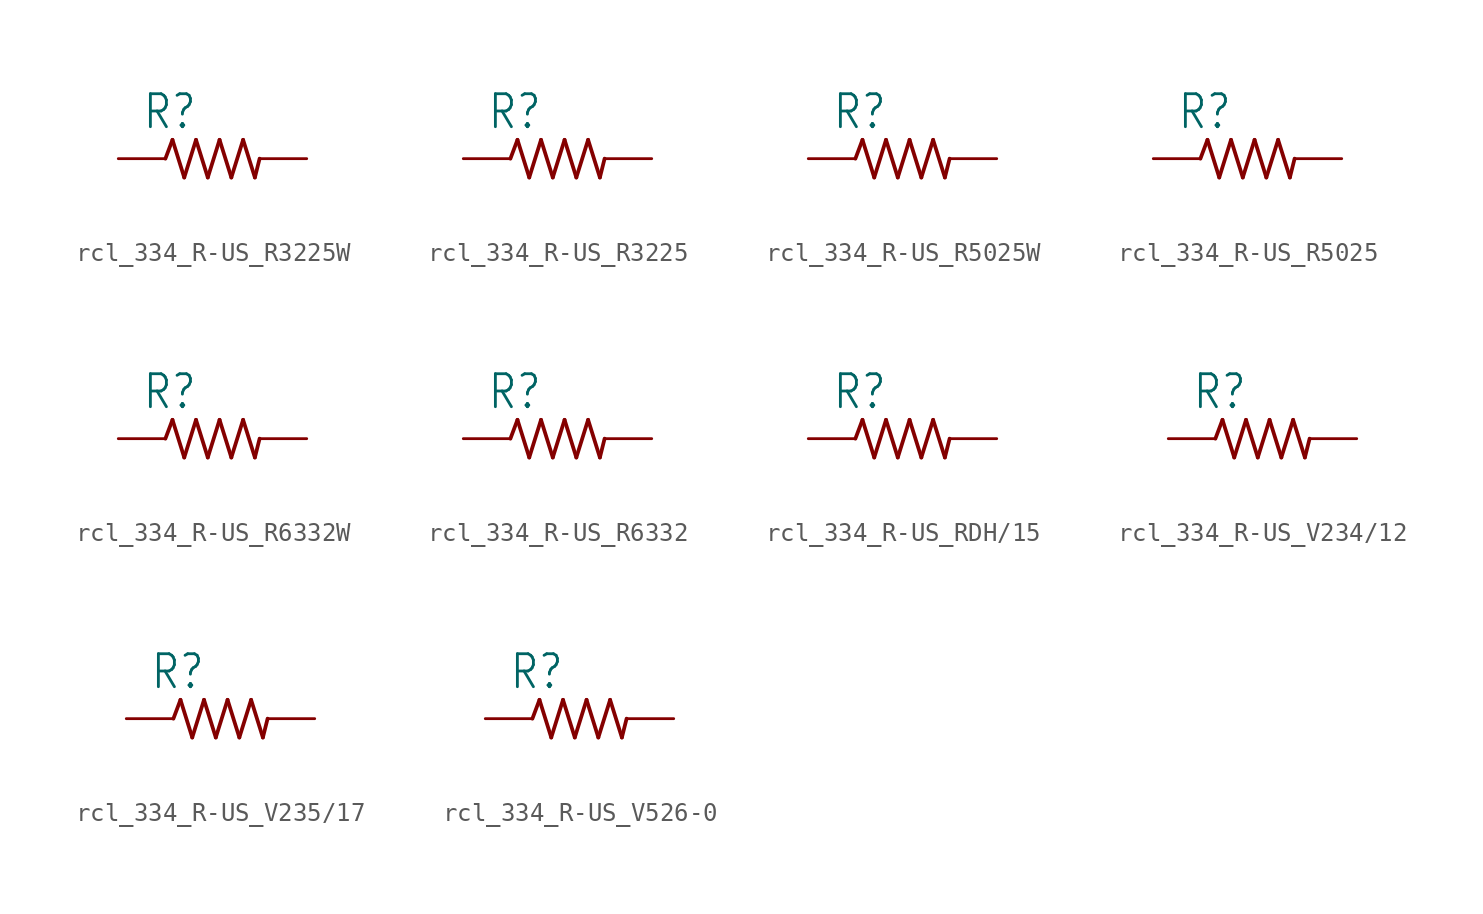
<source format=kicad_sym>
(kicad_symbol_lib
  (version 20241209)
  (generator "kicad_symbol_editor")
  (generator_version "9.0")
  (symbol "rcl_334_R-US_R3225W"
    (property "Reference" "R"
      (at -3.81 1.499 0)
      (effects (font (size 1.778 1.511)) (justify left bottom)))
    (property "Value" ""
      (at -3.81 -3.302 0)
      (effects (font (size 1.778 1.511)) (justify left bottom)))
    (property "ki_locked" ""
      (at 0 0 0)
      (effects (font (size 1.27 1.27))))
    (symbol "rcl_334_R-US_R3225W_1_0"
      (polyline (pts (xy -2.54 0) (xy -2.159 1.016)) (stroke (width 0.203) (type solid)) (fill (type none)))
      (polyline (pts (xy -2.159 1.016) (xy -1.524 -1.016)) (stroke (width 0.203) (type solid)) (fill (type none)))
      (polyline (pts (xy -1.524 -1.016) (xy -0.889 1.016)) (stroke (width 0.203) (type solid)) (fill (type none)))
      (polyline (pts (xy -0.889 1.016) (xy -0.254 -1.016)) (stroke (width 0.203) (type solid)) (fill (type none)))
      (polyline (pts (xy -0.254 -1.016) (xy 0.381 1.016)) (stroke (width 0.203) (type solid)) (fill (type none)))
      (polyline (pts (xy 0.381 1.016) (xy 1.016 -1.016)) (stroke (width 0.203) (type solid)) (fill (type none)))
      (polyline (pts (xy 1.016 -1.016) (xy 1.651 1.016)) (stroke (width 0.203) (type solid)) (fill (type none)))
      (polyline (pts (xy 1.651 1.016) (xy 2.286 -1.016)) (stroke (width 0.203) (type solid)) (fill (type none)))
      (polyline (pts (xy 2.286 -1.016) (xy 2.54 0)) (stroke (width 0.203) (type solid)) (fill (type none)))
      (pin passive line (at -5.08 0 0) (length 2.54) (name "1" (effects (font (size 0 0)))) (number "1" (effects (font (size 0 0)))))
      (pin passive line (at 5.08 0 180) (length 2.54) (name "2" (effects (font (size 0 0)))) (number "2" (effects (font (size 0 0)))))))
  (symbol "rcl_334_R-US_R3225"
    (property "Reference" "R"
      (at -3.81 1.499 0)
      (effects (font (size 1.778 1.511)) (justify left bottom)))
    (property "Value" ""
      (at -3.81 -3.302 0)
      (effects (font (size 1.778 1.511)) (justify left bottom)))
    (property "ki_locked" ""
      (at 0 0 0)
      (effects (font (size 1.27 1.27))))
    (symbol "rcl_334_R-US_R3225_1_0"
      (polyline (pts (xy -2.54 0) (xy -2.159 1.016)) (stroke (width 0.203) (type solid)) (fill (type none)))
      (polyline (pts (xy -2.159 1.016) (xy -1.524 -1.016)) (stroke (width 0.203) (type solid)) (fill (type none)))
      (polyline (pts (xy -1.524 -1.016) (xy -0.889 1.016)) (stroke (width 0.203) (type solid)) (fill (type none)))
      (polyline (pts (xy -0.889 1.016) (xy -0.254 -1.016)) (stroke (width 0.203) (type solid)) (fill (type none)))
      (polyline (pts (xy -0.254 -1.016) (xy 0.381 1.016)) (stroke (width 0.203) (type solid)) (fill (type none)))
      (polyline (pts (xy 0.381 1.016) (xy 1.016 -1.016)) (stroke (width 0.203) (type solid)) (fill (type none)))
      (polyline (pts (xy 1.016 -1.016) (xy 1.651 1.016)) (stroke (width 0.203) (type solid)) (fill (type none)))
      (polyline (pts (xy 1.651 1.016) (xy 2.286 -1.016)) (stroke (width 0.203) (type solid)) (fill (type none)))
      (polyline (pts (xy 2.286 -1.016) (xy 2.54 0)) (stroke (width 0.203) (type solid)) (fill (type none)))
      (pin passive line (at -5.08 0 0) (length 2.54) (name "1" (effects (font (size 0 0)))) (number "1" (effects (font (size 0 0)))))
      (pin passive line (at 5.08 0 180) (length 2.54) (name "2" (effects (font (size 0 0)))) (number "2" (effects (font (size 0 0)))))))
  (symbol "rcl_334_R-US_R5025W"
    (property "Reference" "R"
      (at -3.81 1.499 0)
      (effects (font (size 1.778 1.511)) (justify left bottom)))
    (property "Value" ""
      (at -3.81 -3.302 0)
      (effects (font (size 1.778 1.511)) (justify left bottom)))
    (property "ki_locked" ""
      (at 0 0 0)
      (effects (font (size 1.27 1.27))))
    (symbol "rcl_334_R-US_R5025W_1_0"
      (polyline (pts (xy -2.54 0) (xy -2.159 1.016)) (stroke (width 0.203) (type solid)) (fill (type none)))
      (polyline (pts (xy -2.159 1.016) (xy -1.524 -1.016)) (stroke (width 0.203) (type solid)) (fill (type none)))
      (polyline (pts (xy -1.524 -1.016) (xy -0.889 1.016)) (stroke (width 0.203) (type solid)) (fill (type none)))
      (polyline (pts (xy -0.889 1.016) (xy -0.254 -1.016)) (stroke (width 0.203) (type solid)) (fill (type none)))
      (polyline (pts (xy -0.254 -1.016) (xy 0.381 1.016)) (stroke (width 0.203) (type solid)) (fill (type none)))
      (polyline (pts (xy 0.381 1.016) (xy 1.016 -1.016)) (stroke (width 0.203) (type solid)) (fill (type none)))
      (polyline (pts (xy 1.016 -1.016) (xy 1.651 1.016)) (stroke (width 0.203) (type solid)) (fill (type none)))
      (polyline (pts (xy 1.651 1.016) (xy 2.286 -1.016)) (stroke (width 0.203) (type solid)) (fill (type none)))
      (polyline (pts (xy 2.286 -1.016) (xy 2.54 0)) (stroke (width 0.203) (type solid)) (fill (type none)))
      (pin passive line (at -5.08 0 0) (length 2.54) (name "1" (effects (font (size 0 0)))) (number "1" (effects (font (size 0 0)))))
      (pin passive line (at 5.08 0 180) (length 2.54) (name "2" (effects (font (size 0 0)))) (number "2" (effects (font (size 0 0)))))))
  (symbol "rcl_334_R-US_R5025"
    (property "Reference" "R"
      (at -3.81 1.499 0)
      (effects (font (size 1.778 1.511)) (justify left bottom)))
    (property "Value" ""
      (at -3.81 -3.302 0)
      (effects (font (size 1.778 1.511)) (justify left bottom)))
    (property "ki_locked" ""
      (at 0 0 0)
      (effects (font (size 1.27 1.27))))
    (symbol "rcl_334_R-US_R5025_1_0"
      (polyline (pts (xy -2.54 0) (xy -2.159 1.016)) (stroke (width 0.203) (type solid)) (fill (type none)))
      (polyline (pts (xy -2.159 1.016) (xy -1.524 -1.016)) (stroke (width 0.203) (type solid)) (fill (type none)))
      (polyline (pts (xy -1.524 -1.016) (xy -0.889 1.016)) (stroke (width 0.203) (type solid)) (fill (type none)))
      (polyline (pts (xy -0.889 1.016) (xy -0.254 -1.016)) (stroke (width 0.203) (type solid)) (fill (type none)))
      (polyline (pts (xy -0.254 -1.016) (xy 0.381 1.016)) (stroke (width 0.203) (type solid)) (fill (type none)))
      (polyline (pts (xy 0.381 1.016) (xy 1.016 -1.016)) (stroke (width 0.203) (type solid)) (fill (type none)))
      (polyline (pts (xy 1.016 -1.016) (xy 1.651 1.016)) (stroke (width 0.203) (type solid)) (fill (type none)))
      (polyline (pts (xy 1.651 1.016) (xy 2.286 -1.016)) (stroke (width 0.203) (type solid)) (fill (type none)))
      (polyline (pts (xy 2.286 -1.016) (xy 2.54 0)) (stroke (width 0.203) (type solid)) (fill (type none)))
      (pin passive line (at -5.08 0 0) (length 2.54) (name "1" (effects (font (size 0 0)))) (number "1" (effects (font (size 0 0)))))
      (pin passive line (at 5.08 0 180) (length 2.54) (name "2" (effects (font (size 0 0)))) (number "2" (effects (font (size 0 0)))))))
  (symbol "rcl_334_R-US_R6332W"
    (property "Reference" "R"
      (at -3.81 1.499 0)
      (effects (font (size 1.778 1.511)) (justify left bottom)))
    (property "Value" ""
      (at -3.81 -3.302 0)
      (effects (font (size 1.778 1.511)) (justify left bottom)))
    (property "ki_locked" ""
      (at 0 0 0)
      (effects (font (size 1.27 1.27))))
    (symbol "rcl_334_R-US_R6332W_1_0"
      (polyline (pts (xy -2.54 0) (xy -2.159 1.016)) (stroke (width 0.203) (type solid)) (fill (type none)))
      (polyline (pts (xy -2.159 1.016) (xy -1.524 -1.016)) (stroke (width 0.203) (type solid)) (fill (type none)))
      (polyline (pts (xy -1.524 -1.016) (xy -0.889 1.016)) (stroke (width 0.203) (type solid)) (fill (type none)))
      (polyline (pts (xy -0.889 1.016) (xy -0.254 -1.016)) (stroke (width 0.203) (type solid)) (fill (type none)))
      (polyline (pts (xy -0.254 -1.016) (xy 0.381 1.016)) (stroke (width 0.203) (type solid)) (fill (type none)))
      (polyline (pts (xy 0.381 1.016) (xy 1.016 -1.016)) (stroke (width 0.203) (type solid)) (fill (type none)))
      (polyline (pts (xy 1.016 -1.016) (xy 1.651 1.016)) (stroke (width 0.203) (type solid)) (fill (type none)))
      (polyline (pts (xy 1.651 1.016) (xy 2.286 -1.016)) (stroke (width 0.203) (type solid)) (fill (type none)))
      (polyline (pts (xy 2.286 -1.016) (xy 2.54 0)) (stroke (width 0.203) (type solid)) (fill (type none)))
      (pin passive line (at -5.08 0 0) (length 2.54) (name "1" (effects (font (size 0 0)))) (number "1" (effects (font (size 0 0)))))
      (pin passive line (at 5.08 0 180) (length 2.54) (name "2" (effects (font (size 0 0)))) (number "2" (effects (font (size 0 0)))))))
  (symbol "rcl_334_R-US_R6332"
    (property "Reference" "R"
      (at -3.81 1.499 0)
      (effects (font (size 1.778 1.511)) (justify left bottom)))
    (property "Value" ""
      (at -3.81 -3.302 0)
      (effects (font (size 1.778 1.511)) (justify left bottom)))
    (property "ki_locked" ""
      (at 0 0 0)
      (effects (font (size 1.27 1.27))))
    (symbol "rcl_334_R-US_R6332_1_0"
      (polyline (pts (xy -2.54 0) (xy -2.159 1.016)) (stroke (width 0.203) (type solid)) (fill (type none)))
      (polyline (pts (xy -2.159 1.016) (xy -1.524 -1.016)) (stroke (width 0.203) (type solid)) (fill (type none)))
      (polyline (pts (xy -1.524 -1.016) (xy -0.889 1.016)) (stroke (width 0.203) (type solid)) (fill (type none)))
      (polyline (pts (xy -0.889 1.016) (xy -0.254 -1.016)) (stroke (width 0.203) (type solid)) (fill (type none)))
      (polyline (pts (xy -0.254 -1.016) (xy 0.381 1.016)) (stroke (width 0.203) (type solid)) (fill (type none)))
      (polyline (pts (xy 0.381 1.016) (xy 1.016 -1.016)) (stroke (width 0.203) (type solid)) (fill (type none)))
      (polyline (pts (xy 1.016 -1.016) (xy 1.651 1.016)) (stroke (width 0.203) (type solid)) (fill (type none)))
      (polyline (pts (xy 1.651 1.016) (xy 2.286 -1.016)) (stroke (width 0.203) (type solid)) (fill (type none)))
      (polyline (pts (xy 2.286 -1.016) (xy 2.54 0)) (stroke (width 0.203) (type solid)) (fill (type none)))
      (pin passive line (at -5.08 0 0) (length 2.54) (name "1" (effects (font (size 0 0)))) (number "1" (effects (font (size 0 0)))))
      (pin passive line (at 5.08 0 180) (length 2.54) (name "2" (effects (font (size 0 0)))) (number "2" (effects (font (size 0 0)))))))
  (symbol "rcl_334_R-US_RDH/15"
    (property "Reference" "R"
      (at -3.81 1.499 0)
      (effects (font (size 1.778 1.511)) (justify left bottom)))
    (property "Value" ""
      (at -3.81 -3.302 0)
      (effects (font (size 1.778 1.511)) (justify left bottom)))
    (property "ki_locked" ""
      (at 0 0 0)
      (effects (font (size 1.27 1.27))))
    (symbol "rcl_334_R-US_RDH/15_1_0"
      (polyline (pts (xy -2.54 0) (xy -2.159 1.016)) (stroke (width 0.203) (type solid)) (fill (type none)))
      (polyline (pts (xy -2.159 1.016) (xy -1.524 -1.016)) (stroke (width 0.203) (type solid)) (fill (type none)))
      (polyline (pts (xy -1.524 -1.016) (xy -0.889 1.016)) (stroke (width 0.203) (type solid)) (fill (type none)))
      (polyline (pts (xy -0.889 1.016) (xy -0.254 -1.016)) (stroke (width 0.203) (type solid)) (fill (type none)))
      (polyline (pts (xy -0.254 -1.016) (xy 0.381 1.016)) (stroke (width 0.203) (type solid)) (fill (type none)))
      (polyline (pts (xy 0.381 1.016) (xy 1.016 -1.016)) (stroke (width 0.203) (type solid)) (fill (type none)))
      (polyline (pts (xy 1.016 -1.016) (xy 1.651 1.016)) (stroke (width 0.203) (type solid)) (fill (type none)))
      (polyline (pts (xy 1.651 1.016) (xy 2.286 -1.016)) (stroke (width 0.203) (type solid)) (fill (type none)))
      (polyline (pts (xy 2.286 -1.016) (xy 2.54 0)) (stroke (width 0.203) (type solid)) (fill (type none)))
      (pin passive line (at -5.08 0 0) (length 2.54) (name "1" (effects (font (size 0 0)))) (number "1" (effects (font (size 0 0)))))
      (pin passive line (at 5.08 0 180) (length 2.54) (name "2" (effects (font (size 0 0)))) (number "2" (effects (font (size 0 0)))))))
  (symbol "rcl_334_R-US_V234/12"
    (property "Reference" "R"
      (at -3.81 1.499 0)
      (effects (font (size 1.778 1.511)) (justify left bottom)))
    (property "Value" ""
      (at -3.81 -3.302 0)
      (effects (font (size 1.778 1.511)) (justify left bottom)))
    (property "ki_locked" ""
      (at 0 0 0)
      (effects (font (size 1.27 1.27))))
    (symbol "rcl_334_R-US_V234/12_1_0"
      (polyline (pts (xy -2.54 0) (xy -2.159 1.016)) (stroke (width 0.203) (type solid)) (fill (type none)))
      (polyline (pts (xy -2.159 1.016) (xy -1.524 -1.016)) (stroke (width 0.203) (type solid)) (fill (type none)))
      (polyline (pts (xy -1.524 -1.016) (xy -0.889 1.016)) (stroke (width 0.203) (type solid)) (fill (type none)))
      (polyline (pts (xy -0.889 1.016) (xy -0.254 -1.016)) (stroke (width 0.203) (type solid)) (fill (type none)))
      (polyline (pts (xy -0.254 -1.016) (xy 0.381 1.016)) (stroke (width 0.203) (type solid)) (fill (type none)))
      (polyline (pts (xy 0.381 1.016) (xy 1.016 -1.016)) (stroke (width 0.203) (type solid)) (fill (type none)))
      (polyline (pts (xy 1.016 -1.016) (xy 1.651 1.016)) (stroke (width 0.203) (type solid)) (fill (type none)))
      (polyline (pts (xy 1.651 1.016) (xy 2.286 -1.016)) (stroke (width 0.203) (type solid)) (fill (type none)))
      (polyline (pts (xy 2.286 -1.016) (xy 2.54 0)) (stroke (width 0.203) (type solid)) (fill (type none)))
      (pin passive line (at -5.08 0 0) (length 2.54) (name "1" (effects (font (size 0 0)))) (number "1" (effects (font (size 0 0)))))
      (pin passive line (at 5.08 0 180) (length 2.54) (name "2" (effects (font (size 0 0)))) (number "2" (effects (font (size 0 0)))))))
  (symbol "rcl_334_R-US_V235/17"
    (property "Reference" "R"
      (at -3.81 1.499 0)
      (effects (font (size 1.778 1.511)) (justify left bottom)))
    (property "Value" ""
      (at -3.81 -3.302 0)
      (effects (font (size 1.778 1.511)) (justify left bottom)))
    (property "ki_locked" ""
      (at 0 0 0)
      (effects (font (size 1.27 1.27))))
    (symbol "rcl_334_R-US_V235/17_1_0"
      (polyline (pts (xy -2.54 0) (xy -2.159 1.016)) (stroke (width 0.203) (type solid)) (fill (type none)))
      (polyline (pts (xy -2.159 1.016) (xy -1.524 -1.016)) (stroke (width 0.203) (type solid)) (fill (type none)))
      (polyline (pts (xy -1.524 -1.016) (xy -0.889 1.016)) (stroke (width 0.203) (type solid)) (fill (type none)))
      (polyline (pts (xy -0.889 1.016) (xy -0.254 -1.016)) (stroke (width 0.203) (type solid)) (fill (type none)))
      (polyline (pts (xy -0.254 -1.016) (xy 0.381 1.016)) (stroke (width 0.203) (type solid)) (fill (type none)))
      (polyline (pts (xy 0.381 1.016) (xy 1.016 -1.016)) (stroke (width 0.203) (type solid)) (fill (type none)))
      (polyline (pts (xy 1.016 -1.016) (xy 1.651 1.016)) (stroke (width 0.203) (type solid)) (fill (type none)))
      (polyline (pts (xy 1.651 1.016) (xy 2.286 -1.016)) (stroke (width 0.203) (type solid)) (fill (type none)))
      (polyline (pts (xy 2.286 -1.016) (xy 2.54 0)) (stroke (width 0.203) (type solid)) (fill (type none)))
      (pin passive line (at -5.08 0 0) (length 2.54) (name "1" (effects (font (size 0 0)))) (number "1" (effects (font (size 0 0)))))
      (pin passive line (at 5.08 0 180) (length 2.54) (name "2" (effects (font (size 0 0)))) (number "2" (effects (font (size 0 0)))))))
  (symbol "rcl_334_R-US_V526-0"
    (property "Reference" "R"
      (at -3.81 1.499 0)
      (effects (font (size 1.778 1.511)) (justify left bottom)))
    (property "Value" ""
      (at -3.81 -3.302 0)
      (effects (font (size 1.778 1.511)) (justify left bottom)))
    (property "ki_locked" ""
      (at 0 0 0)
      (effects (font (size 1.27 1.27))))
    (symbol "rcl_334_R-US_V526-0_1_0"
      (polyline (pts (xy -2.54 0) (xy -2.159 1.016)) (stroke (width 0.203) (type solid)) (fill (type none)))
      (polyline (pts (xy -2.159 1.016) (xy -1.524 -1.016)) (stroke (width 0.203) (type solid)) (fill (type none)))
      (polyline (pts (xy -1.524 -1.016) (xy -0.889 1.016)) (stroke (width 0.203) (type solid)) (fill (type none)))
      (polyline (pts (xy -0.889 1.016) (xy -0.254 -1.016)) (stroke (width 0.203) (type solid)) (fill (type none)))
      (polyline (pts (xy -0.254 -1.016) (xy 0.381 1.016)) (stroke (width 0.203) (type solid)) (fill (type none)))
      (polyline (pts (xy 0.381 1.016) (xy 1.016 -1.016)) (stroke (width 0.203) (type solid)) (fill (type none)))
      (polyline (pts (xy 1.016 -1.016) (xy 1.651 1.016)) (stroke (width 0.203) (type solid)) (fill (type none)))
      (polyline (pts (xy 1.651 1.016) (xy 2.286 -1.016)) (stroke (width 0.203) (type solid)) (fill (type none)))
      (polyline (pts (xy 2.286 -1.016) (xy 2.54 0)) (stroke (width 0.203) (type solid)) (fill (type none)))
      (pin passive line (at -5.08 0 0) (length 2.54) (name "1" (effects (font (size 0 0)))) (number "1" (effects (font (size 0 0)))))
      (pin passive line (at 5.08 0 180) (length 2.54) (name "2" (effects (font (size 0 0)))) (number "2" (effects (font (size 0 0))))))))
</source>
